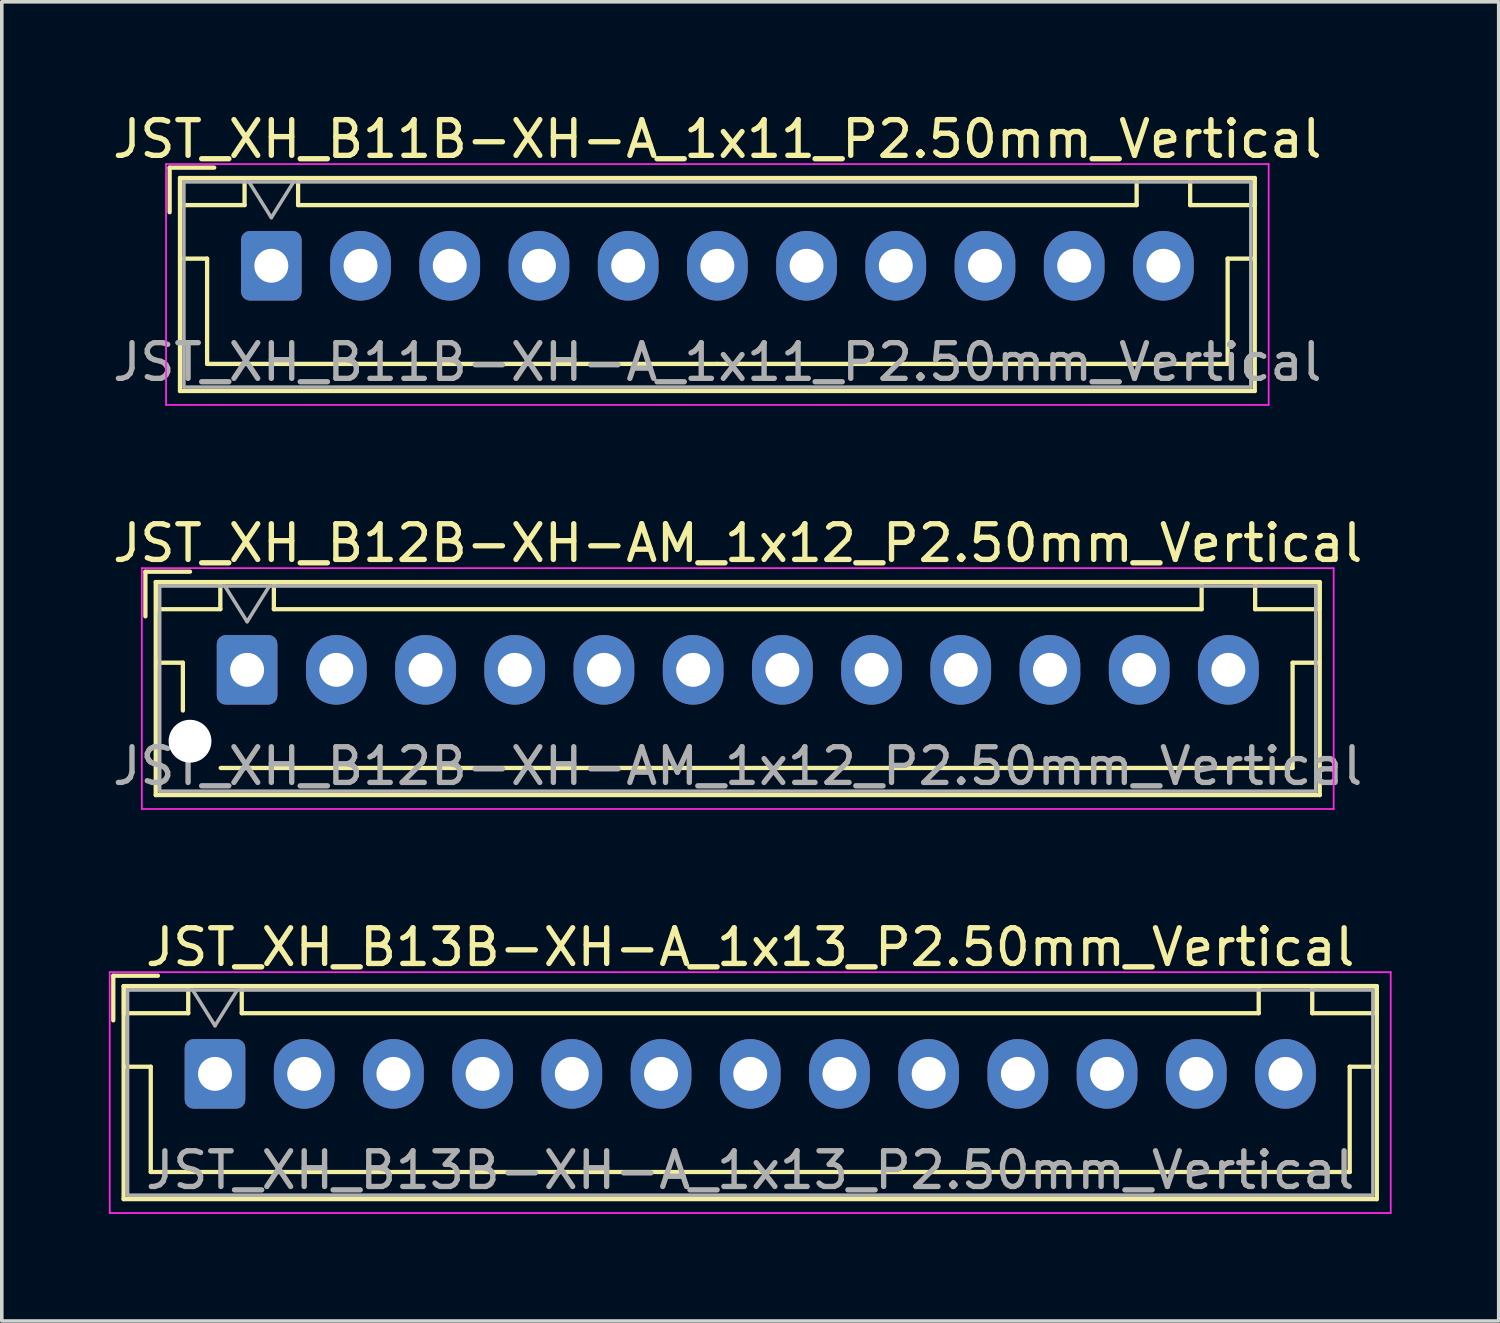
<source format=kicad_pcb>
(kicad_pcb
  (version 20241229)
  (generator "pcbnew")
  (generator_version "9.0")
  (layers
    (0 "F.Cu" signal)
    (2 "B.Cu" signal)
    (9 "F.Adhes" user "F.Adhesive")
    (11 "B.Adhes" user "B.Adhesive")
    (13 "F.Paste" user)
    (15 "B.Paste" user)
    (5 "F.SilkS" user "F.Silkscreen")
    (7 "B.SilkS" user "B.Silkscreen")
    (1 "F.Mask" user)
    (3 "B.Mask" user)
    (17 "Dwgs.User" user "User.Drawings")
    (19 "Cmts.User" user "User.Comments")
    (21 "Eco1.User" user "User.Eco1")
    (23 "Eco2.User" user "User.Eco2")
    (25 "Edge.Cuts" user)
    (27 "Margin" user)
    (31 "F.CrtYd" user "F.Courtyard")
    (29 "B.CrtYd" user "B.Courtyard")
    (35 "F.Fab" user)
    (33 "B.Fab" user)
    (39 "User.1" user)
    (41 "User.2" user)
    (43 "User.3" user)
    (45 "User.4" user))
  (footprint "JST_XH_B13B-XH-A_1x13_P2.50mm_Vertical"
    (layer "F.Cu")
    (at 2.975 27.045)
    (property "Reference" "JST_XH_B13B-XH-A_1x13_P2.50mm_Vertical" (at 15 -3.55 0) (layer "F.SilkS") (effects (font (size 1 1) (thickness 0.15))))
    (attr through_hole)
    (fp_line (start -2.85 -2.75) (end -2.85 -1.5) (stroke (width 0.12) (type solid)) (layer "F.SilkS"))
    (fp_line (start -2.56 -2.46) (end -2.56 3.51) (stroke (width 0.12) (type solid)) (layer "F.SilkS"))
    (fp_line (start -2.56 3.51) (end 32.56 3.51) (stroke (width 0.12) (type solid)) (layer "F.SilkS"))
    (fp_line (start -2.55 -2.45) (end -2.55 -1.7) (stroke (width 0.12) (type solid)) (layer "F.SilkS"))
    (fp_line (start -2.55 -1.7) (end -0.75 -1.7) (stroke (width 0.12) (type solid)) (layer "F.SilkS"))
    (fp_line (start -2.55 -0.2) (end -1.8 -0.2) (stroke (width 0.12) (type solid)) (layer "F.SilkS"))
    (fp_line (start -1.8 -0.2) (end -1.8 2.75) (stroke (width 0.12) (type solid)) (layer "F.SilkS"))
    (fp_line (start -1.8 2.75) (end 15 2.75) (stroke (width 0.12) (type solid)) (layer "F.SilkS"))
    (fp_line (start -1.6 -2.75) (end -2.85 -2.75) (stroke (width 0.12) (type solid)) (layer "F.SilkS"))
    (fp_line (start -0.75 -2.45) (end -2.55 -2.45) (stroke (width 0.12) (type solid)) (layer "F.SilkS"))
    (fp_line (start -0.75 -1.7) (end -0.75 -2.45) (stroke (width 0.12) (type solid)) (layer "F.SilkS"))
    (fp_line (start 0.75 -2.45) (end 0.75 -1.7) (stroke (width 0.12) (type solid)) (layer "F.SilkS"))
    (fp_line (start 0.75 -1.7) (end 29.25 -1.7) (stroke (width 0.12) (type solid)) (layer "F.SilkS"))
    (fp_line (start 29.25 -2.45) (end 0.75 -2.45) (stroke (width 0.12) (type solid)) (layer "F.SilkS"))
    (fp_line (start 29.25 -1.7) (end 29.25 -2.45) (stroke (width 0.12) (type solid)) (layer "F.SilkS"))
    (fp_line (start 30.75 -2.45) (end 30.75 -1.7) (stroke (width 0.12) (type solid)) (layer "F.SilkS"))
    (fp_line (start 30.75 -1.7) (end 32.55 -1.7) (stroke (width 0.12) (type solid)) (layer "F.SilkS"))
    (fp_line (start 31.8 -0.2) (end 31.8 2.75) (stroke (width 0.12) (type solid)) (layer "F.SilkS"))
    (fp_line (start 31.8 2.75) (end 15 2.75) (stroke (width 0.12) (type solid)) (layer "F.SilkS"))
    (fp_line (start 32.55 -2.45) (end 30.75 -2.45) (stroke (width 0.12) (type solid)) (layer "F.SilkS"))
    (fp_line (start 32.55 -1.7) (end 32.55 -2.45) (stroke (width 0.12) (type solid)) (layer "F.SilkS"))
    (fp_line (start 32.55 -0.2) (end 31.8 -0.2) (stroke (width 0.12) (type solid)) (layer "F.SilkS"))
    (fp_line (start 32.56 -2.46) (end -2.56 -2.46) (stroke (width 0.12) (type solid)) (layer "F.SilkS"))
    (fp_line (start 32.56 3.51) (end 32.56 -2.46) (stroke (width 0.12) (type solid)) (layer "F.SilkS"))
    (fp_line (start -2.95 -2.85) (end -2.95 3.9) (stroke (width 0.05) (type solid)) (layer "F.CrtYd"))
    (fp_line (start -2.95 3.9) (end 32.95 3.9) (stroke (width 0.05) (type solid)) (layer "F.CrtYd"))
    (fp_line (start 32.95 -2.85) (end -2.95 -2.85) (stroke (width 0.05) (type solid)) (layer "F.CrtYd"))
    (fp_line (start 32.95 3.9) (end 32.95 -2.85) (stroke (width 0.05) (type solid)) (layer "F.CrtYd"))
    (fp_line (start -2.45 -2.35) (end -2.45 3.4) (stroke (width 0.1) (type solid)) (layer "F.Fab"))
    (fp_line (start -2.45 3.4) (end 32.45 3.4) (stroke (width 0.1) (type solid)) (layer "F.Fab"))
    (fp_line (start -0.625 -2.35) (end 0 -1.35) (stroke (width 0.1) (type solid)) (layer "F.Fab"))
    (fp_line (start 0 -1.35) (end 0.625 -2.35) (stroke (width 0.1) (type solid)) (layer "F.Fab"))
    (fp_line (start 32.45 -2.35) (end -2.45 -2.35) (stroke (width 0.1) (type solid)) (layer "F.Fab"))
    (fp_line (start 32.45 3.4) (end 32.45 -2.35) (stroke (width 0.1) (type solid)) (layer "F.Fab"))
    (fp_text user "${REFERENCE}" (at 15 2.7 0) (layer "F.Fab") (effects (font (size 1 1) (thickness 0.15))))
    (pad "1" thru_hole roundrect (at 0 0) (size 1.7 1.95) (drill 0.95) (layers "*.Cu" "*.Mask") (roundrect_rratio 0.147))
    (pad "2" thru_hole oval (at 2.5 0) (size 1.7 1.95) (drill 0.95) (layers "*.Cu" "*.Mask"))
    (pad "3" thru_hole oval (at 5 0) (size 1.7 1.95) (drill 0.95) (layers "*.Cu" "*.Mask"))
    (pad "4" thru_hole oval (at 7.5 0) (size 1.7 1.95) (drill 0.95) (layers "*.Cu" "*.Mask"))
    (pad "5" thru_hole oval (at 10 0) (size 1.7 1.95) (drill 0.95) (layers "*.Cu" "*.Mask"))
    (pad "6" thru_hole oval (at 12.5 0) (size 1.7 1.95) (drill 0.95) (layers "*.Cu" "*.Mask"))
    (pad "7" thru_hole oval (at 15 0) (size 1.7 1.95) (drill 0.95) (layers "*.Cu" "*.Mask"))
    (pad "8" thru_hole oval (at 17.5 0) (size 1.7 1.95) (drill 0.95) (layers "*.Cu" "*.Mask"))
    (pad "9" thru_hole oval (at 20 0) (size 1.7 1.95) (drill 0.95) (layers "*.Cu" "*.Mask"))
    (pad "10" thru_hole oval (at 22.5 0) (size 1.7 1.95) (drill 0.95) (layers "*.Cu" "*.Mask"))
    (pad "11" thru_hole oval (at 25 0) (size 1.7 1.95) (drill 0.95) (layers "*.Cu" "*.Mask"))
    (pad "12" thru_hole oval (at 27.5 0) (size 1.7 1.95) (drill 0.95) (layers "*.Cu" "*.Mask"))
    (pad "13" thru_hole oval (at 30 0) (size 1.7 1.95) (drill 0.95) (layers "*.Cu" "*.Mask")))
  (footprint "JST_XH_B11B-XH-A_1x11_P2.50mm_Vertical"
    (layer "F.Cu")
    (at 4.554 4.398)
    (property "Reference" "JST_XH_B11B-XH-A_1x11_P2.50mm_Vertical" (at 12.5 -3.55 0) (layer "F.SilkS") (effects (font (size 1 1) (thickness 0.15))))
    (attr through_hole)
    (fp_line (start -2.85 -2.75) (end -2.85 -1.5) (stroke (width 0.12) (type solid)) (layer "F.SilkS"))
    (fp_line (start -2.56 -2.46) (end -2.56 3.51) (stroke (width 0.12) (type solid)) (layer "F.SilkS"))
    (fp_line (start -2.56 3.51) (end 27.56 3.51) (stroke (width 0.12) (type solid)) (layer "F.SilkS"))
    (fp_line (start -2.55 -2.45) (end -2.55 -1.7) (stroke (width 0.12) (type solid)) (layer "F.SilkS"))
    (fp_line (start -2.55 -1.7) (end -0.75 -1.7) (stroke (width 0.12) (type solid)) (layer "F.SilkS"))
    (fp_line (start -2.55 -0.2) (end -1.8 -0.2) (stroke (width 0.12) (type solid)) (layer "F.SilkS"))
    (fp_line (start -1.8 -0.2) (end -1.8 2.75) (stroke (width 0.12) (type solid)) (layer "F.SilkS"))
    (fp_line (start -1.8 2.75) (end 12.5 2.75) (stroke (width 0.12) (type solid)) (layer "F.SilkS"))
    (fp_line (start -1.6 -2.75) (end -2.85 -2.75) (stroke (width 0.12) (type solid)) (layer "F.SilkS"))
    (fp_line (start -0.75 -2.45) (end -2.55 -2.45) (stroke (width 0.12) (type solid)) (layer "F.SilkS"))
    (fp_line (start -0.75 -1.7) (end -0.75 -2.45) (stroke (width 0.12) (type solid)) (layer "F.SilkS"))
    (fp_line (start 0.75 -2.45) (end 0.75 -1.7) (stroke (width 0.12) (type solid)) (layer "F.SilkS"))
    (fp_line (start 0.75 -1.7) (end 24.25 -1.7) (stroke (width 0.12) (type solid)) (layer "F.SilkS"))
    (fp_line (start 24.25 -2.45) (end 0.75 -2.45) (stroke (width 0.12) (type solid)) (layer "F.SilkS"))
    (fp_line (start 24.25 -1.7) (end 24.25 -2.45) (stroke (width 0.12) (type solid)) (layer "F.SilkS"))
    (fp_line (start 25.75 -2.45) (end 25.75 -1.7) (stroke (width 0.12) (type solid)) (layer "F.SilkS"))
    (fp_line (start 25.75 -1.7) (end 27.55 -1.7) (stroke (width 0.12) (type solid)) (layer "F.SilkS"))
    (fp_line (start 26.8 -0.2) (end 26.8 2.75) (stroke (width 0.12) (type solid)) (layer "F.SilkS"))
    (fp_line (start 26.8 2.75) (end 12.5 2.75) (stroke (width 0.12) (type solid)) (layer "F.SilkS"))
    (fp_line (start 27.55 -2.45) (end 25.75 -2.45) (stroke (width 0.12) (type solid)) (layer "F.SilkS"))
    (fp_line (start 27.55 -1.7) (end 27.55 -2.45) (stroke (width 0.12) (type solid)) (layer "F.SilkS"))
    (fp_line (start 27.55 -0.2) (end 26.8 -0.2) (stroke (width 0.12) (type solid)) (layer "F.SilkS"))
    (fp_line (start 27.56 -2.46) (end -2.56 -2.46) (stroke (width 0.12) (type solid)) (layer "F.SilkS"))
    (fp_line (start 27.56 3.51) (end 27.56 -2.46) (stroke (width 0.12) (type solid)) (layer "F.SilkS"))
    (fp_line (start -2.95 -2.85) (end -2.95 3.9) (stroke (width 0.05) (type solid)) (layer "F.CrtYd"))
    (fp_line (start -2.95 3.9) (end 27.95 3.9) (stroke (width 0.05) (type solid)) (layer "F.CrtYd"))
    (fp_line (start 27.95 -2.85) (end -2.95 -2.85) (stroke (width 0.05) (type solid)) (layer "F.CrtYd"))
    (fp_line (start 27.95 3.9) (end 27.95 -2.85) (stroke (width 0.05) (type solid)) (layer "F.CrtYd"))
    (fp_line (start -2.45 -2.35) (end -2.45 3.4) (stroke (width 0.1) (type solid)) (layer "F.Fab"))
    (fp_line (start -2.45 3.4) (end 27.45 3.4) (stroke (width 0.1) (type solid)) (layer "F.Fab"))
    (fp_line (start -0.625 -2.35) (end 0 -1.35) (stroke (width 0.1) (type solid)) (layer "F.Fab"))
    (fp_line (start 0 -1.35) (end 0.625 -2.35) (stroke (width 0.1) (type solid)) (layer "F.Fab"))
    (fp_line (start 27.45 -2.35) (end -2.45 -2.35) (stroke (width 0.1) (type solid)) (layer "F.Fab"))
    (fp_line (start 27.45 3.4) (end 27.45 -2.35) (stroke (width 0.1) (type solid)) (layer "F.Fab"))
    (fp_text user "${REFERENCE}" (at 12.5 2.7 0) (layer "F.Fab") (effects (font (size 1 1) (thickness 0.15))))
    (pad "1" thru_hole roundrect (at 0 0) (size 1.7 1.95) (drill 0.95) (layers "*.Cu" "*.Mask") (roundrect_rratio 0.147))
    (pad "2" thru_hole oval (at 2.5 0) (size 1.7 1.95) (drill 0.95) (layers "*.Cu" "*.Mask"))
    (pad "3" thru_hole oval (at 5 0) (size 1.7 1.95) (drill 0.95) (layers "*.Cu" "*.Mask"))
    (pad "4" thru_hole oval (at 7.5 0) (size 1.7 1.95) (drill 0.95) (layers "*.Cu" "*.Mask"))
    (pad "5" thru_hole oval (at 10 0) (size 1.7 1.95) (drill 0.95) (layers "*.Cu" "*.Mask"))
    (pad "6" thru_hole oval (at 12.5 0) (size 1.7 1.95) (drill 0.95) (layers "*.Cu" "*.Mask"))
    (pad "7" thru_hole oval (at 15 0) (size 1.7 1.95) (drill 0.95) (layers "*.Cu" "*.Mask"))
    (pad "8" thru_hole oval (at 17.5 0) (size 1.7 1.95) (drill 0.95) (layers "*.Cu" "*.Mask"))
    (pad "9" thru_hole oval (at 20 0) (size 1.7 1.95) (drill 0.95) (layers "*.Cu" "*.Mask"))
    (pad "10" thru_hole oval (at 22.5 0) (size 1.7 1.95) (drill 0.95) (layers "*.Cu" "*.Mask"))
    (pad "11" thru_hole oval (at 25 0) (size 1.7 1.95) (drill 0.95) (layers "*.Cu" "*.Mask")))
  (footprint "JST_XH_B12B-XH-AM_1x12_P2.50mm_Vertical"
    (layer "F.Cu")
    (at 3.875 15.722)
    (property "Reference" "JST_XH_B12B-XH-AM_1x12_P2.50mm_Vertical" (at 13.75 -3.55 0) (layer "F.SilkS") (effects (font (size 1 1) (thickness 0.15))))
    (attr through_hole)
    (fp_line (start -2.85 -2.75) (end -2.85 -1.5) (stroke (width 0.12) (type solid)) (layer "F.SilkS"))
    (fp_line (start -2.56 -2.46) (end -2.56 3.51) (stroke (width 0.12) (type solid)) (layer "F.SilkS"))
    (fp_line (start -2.56 3.51) (end 30.06 3.51) (stroke (width 0.12) (type solid)) (layer "F.SilkS"))
    (fp_line (start -2.55 -2.45) (end -2.55 -1.7) (stroke (width 0.12) (type solid)) (layer "F.SilkS"))
    (fp_line (start -2.55 -1.7) (end -0.75 -1.7) (stroke (width 0.12) (type solid)) (layer "F.SilkS"))
    (fp_line (start -2.55 -0.2) (end -1.8 -0.2) (stroke (width 0.12) (type solid)) (layer "F.SilkS"))
    (fp_line (start -1.8 -0.2) (end -1.8 1.14) (stroke (width 0.12) (type solid)) (layer "F.SilkS"))
    (fp_line (start -1.6 -2.75) (end -2.85 -2.75) (stroke (width 0.12) (type solid)) (layer "F.SilkS"))
    (fp_line (start -0.75 -2.45) (end -2.55 -2.45) (stroke (width 0.12) (type solid)) (layer "F.SilkS"))
    (fp_line (start -0.75 -1.7) (end -0.75 -2.45) (stroke (width 0.12) (type solid)) (layer "F.SilkS"))
    (fp_line (start 0.75 -2.45) (end 0.75 -1.7) (stroke (width 0.12) (type solid)) (layer "F.SilkS"))
    (fp_line (start 0.75 -1.7) (end 26.75 -1.7) (stroke (width 0.12) (type solid)) (layer "F.SilkS"))
    (fp_line (start 13.75 2.75) (end -0.74 2.75) (stroke (width 0.12) (type solid)) (layer "F.SilkS"))
    (fp_line (start 26.75 -2.45) (end 0.75 -2.45) (stroke (width 0.12) (type solid)) (layer "F.SilkS"))
    (fp_line (start 26.75 -1.7) (end 26.75 -2.45) (stroke (width 0.12) (type solid)) (layer "F.SilkS"))
    (fp_line (start 28.25 -2.45) (end 28.25 -1.7) (stroke (width 0.12) (type solid)) (layer "F.SilkS"))
    (fp_line (start 28.25 -1.7) (end 30.05 -1.7) (stroke (width 0.12) (type solid)) (layer "F.SilkS"))
    (fp_line (start 29.3 -0.2) (end 29.3 2.75) (stroke (width 0.12) (type solid)) (layer "F.SilkS"))
    (fp_line (start 29.3 2.75) (end 13.75 2.75) (stroke (width 0.12) (type solid)) (layer "F.SilkS"))
    (fp_line (start 30.05 -2.45) (end 28.25 -2.45) (stroke (width 0.12) (type solid)) (layer "F.SilkS"))
    (fp_line (start 30.05 -1.7) (end 30.05 -2.45) (stroke (width 0.12) (type solid)) (layer "F.SilkS"))
    (fp_line (start 30.05 -0.2) (end 29.3 -0.2) (stroke (width 0.12) (type solid)) (layer "F.SilkS"))
    (fp_line (start 30.06 -2.46) (end -2.56 -2.46) (stroke (width 0.12) (type solid)) (layer "F.SilkS"))
    (fp_line (start 30.06 3.51) (end 30.06 -2.46) (stroke (width 0.12) (type solid)) (layer "F.SilkS"))
    (fp_line (start -2.95 -2.85) (end -2.95 3.9) (stroke (width 0.05) (type solid)) (layer "F.CrtYd"))
    (fp_line (start -2.95 3.9) (end 30.45 3.9) (stroke (width 0.05) (type solid)) (layer "F.CrtYd"))
    (fp_line (start 30.45 -2.85) (end -2.95 -2.85) (stroke (width 0.05) (type solid)) (layer "F.CrtYd"))
    (fp_line (start 30.45 3.9) (end 30.45 -2.85) (stroke (width 0.05) (type solid)) (layer "F.CrtYd"))
    (fp_line (start -2.45 -2.35) (end -2.45 3.4) (stroke (width 0.1) (type solid)) (layer "F.Fab"))
    (fp_line (start -2.45 3.4) (end 29.95 3.4) (stroke (width 0.1) (type solid)) (layer "F.Fab"))
    (fp_line (start -0.625 -2.35) (end 0 -1.35) (stroke (width 0.1) (type solid)) (layer "F.Fab"))
    (fp_line (start 0 -1.35) (end 0.625 -2.35) (stroke (width 0.1) (type solid)) (layer "F.Fab"))
    (fp_line (start 29.95 -2.35) (end -2.45 -2.35) (stroke (width 0.1) (type solid)) (layer "F.Fab"))
    (fp_line (start 29.95 3.4) (end 29.95 -2.35) (stroke (width 0.1) (type solid)) (layer "F.Fab"))
    (fp_text user "${REFERENCE}" (at 13.75 2.7 0) (layer "F.Fab") (effects (font (size 1 1) (thickness 0.15))))
    (pad "" np_thru_hole circle (at -1.6 2) (size 1.2 1.2) (drill 1.2) (layers "*.Cu" "*.Mask"))
    (pad "1" thru_hole roundrect (at 0 0) (size 1.7 1.95) (drill 0.95) (layers "*.Cu" "*.Mask") (roundrect_rratio 0.147))
    (pad "2" thru_hole oval (at 2.5 0) (size 1.7 1.95) (drill 0.95) (layers "*.Cu" "*.Mask"))
    (pad "3" thru_hole oval (at 5 0) (size 1.7 1.95) (drill 0.95) (layers "*.Cu" "*.Mask"))
    (pad "4" thru_hole oval (at 7.5 0) (size 1.7 1.95) (drill 0.95) (layers "*.Cu" "*.Mask"))
    (pad "5" thru_hole oval (at 10 0) (size 1.7 1.95) (drill 0.95) (layers "*.Cu" "*.Mask"))
    (pad "6" thru_hole oval (at 12.5 0) (size 1.7 1.95) (drill 0.95) (layers "*.Cu" "*.Mask"))
    (pad "7" thru_hole oval (at 15 0) (size 1.7 1.95) (drill 0.95) (layers "*.Cu" "*.Mask"))
    (pad "8" thru_hole oval (at 17.5 0) (size 1.7 1.95) (drill 0.95) (layers "*.Cu" "*.Mask"))
    (pad "9" thru_hole oval (at 20 0) (size 1.7 1.95) (drill 0.95) (layers "*.Cu" "*.Mask"))
    (pad "10" thru_hole oval (at 22.5 0) (size 1.7 1.95) (drill 0.95) (layers "*.Cu" "*.Mask"))
    (pad "11" thru_hole oval (at 25 0) (size 1.7 1.95) (drill 0.95) (layers "*.Cu" "*.Mask"))
    (pad "12" thru_hole oval (at 27.5 0) (size 1.7 1.95) (drill 0.95) (layers "*.Cu" "*.Mask")))
  (gr_rect
    (start -3 -3)
    (end 38.95 33.97)
    (stroke (width 0.1) (type default))
    (fill no)
    (layer "Edge.Cuts")))
</source>
